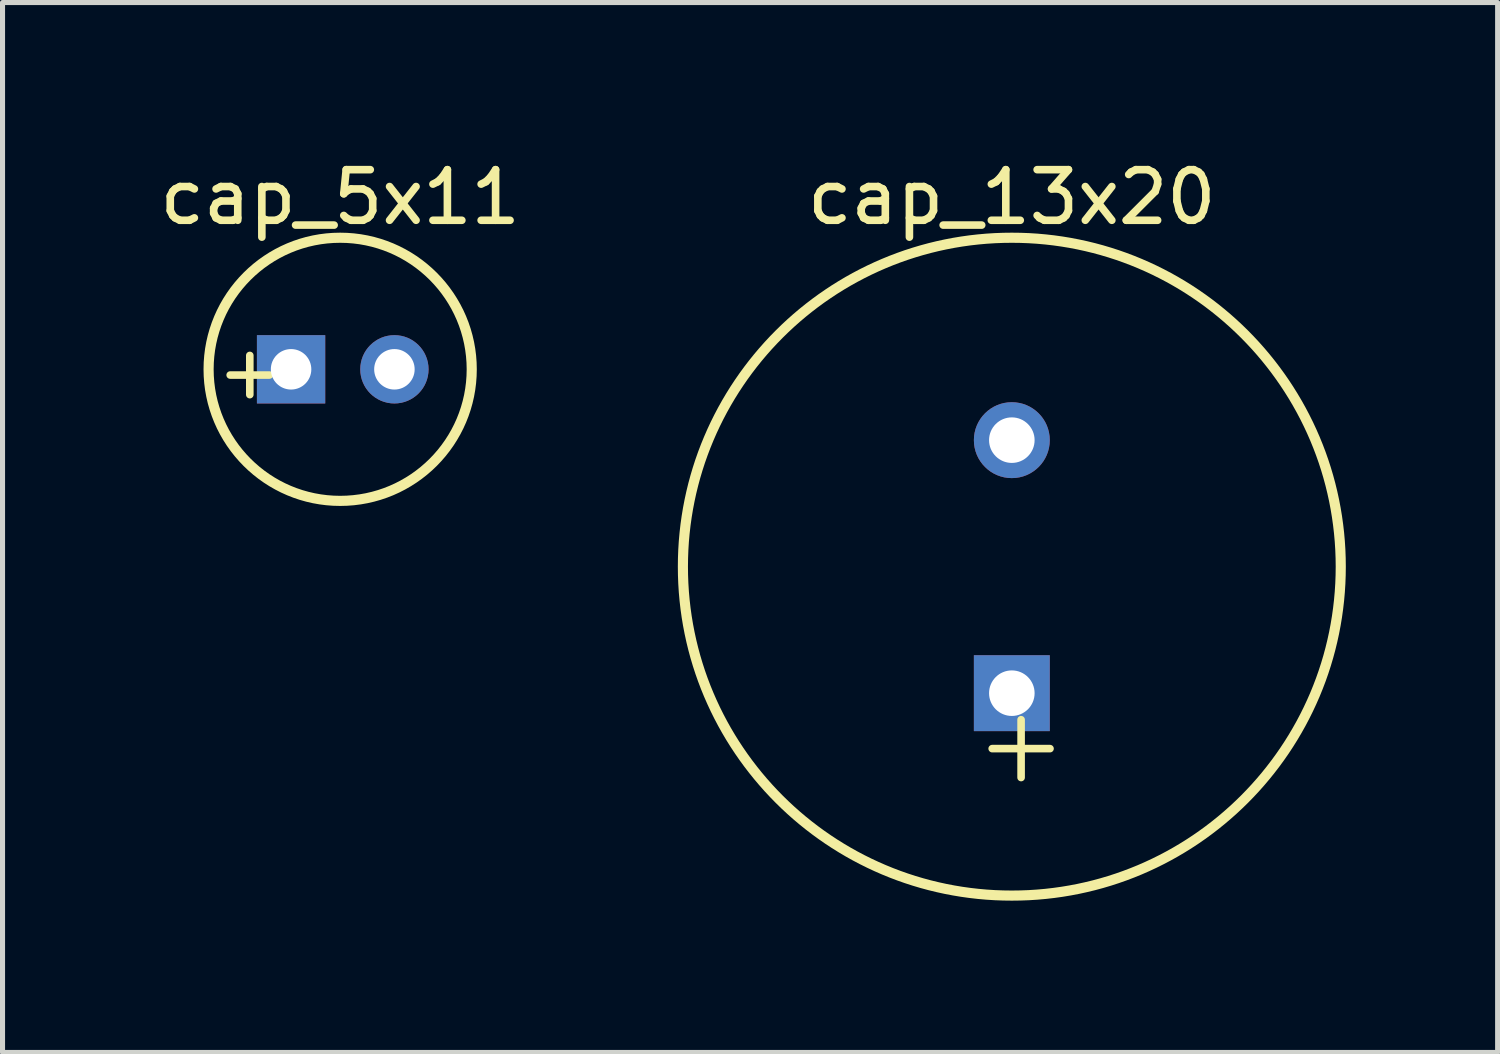
<source format=kicad_pcb>
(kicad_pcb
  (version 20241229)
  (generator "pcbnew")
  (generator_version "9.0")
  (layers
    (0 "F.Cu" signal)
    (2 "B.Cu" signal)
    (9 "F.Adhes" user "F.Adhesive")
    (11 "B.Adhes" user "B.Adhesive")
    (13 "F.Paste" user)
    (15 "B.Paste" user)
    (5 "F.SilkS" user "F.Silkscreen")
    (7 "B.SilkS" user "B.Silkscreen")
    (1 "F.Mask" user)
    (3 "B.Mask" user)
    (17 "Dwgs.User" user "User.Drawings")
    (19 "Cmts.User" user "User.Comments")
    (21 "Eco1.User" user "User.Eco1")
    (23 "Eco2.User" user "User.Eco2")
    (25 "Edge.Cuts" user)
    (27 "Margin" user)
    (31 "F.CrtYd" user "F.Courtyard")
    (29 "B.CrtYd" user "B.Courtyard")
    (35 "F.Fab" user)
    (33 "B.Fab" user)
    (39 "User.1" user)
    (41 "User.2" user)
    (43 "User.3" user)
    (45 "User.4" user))
  (footprint "cap_13x20"
    (layer "F.Cu")
    (at 16.945 8.199)
    (property "Reference" "cap_13x20" (at 0 -7.351 0) (layer "F.SilkS") (effects (font (size 1 1) (thickness 0.15))))
    (fp_circle (center 0 -0.051) (end 0 -6.551) (stroke (width 0.2) (type solid)) (fill no) (layer "F.SilkS"))
    (fp_text user "+" (at 0.946 4.572 90) (unlocked yes) (layer "F.SilkS") (effects (font (size 1.5 1.5) (thickness 0.15)) (justify left bottom)))
    (pad "N" thru_hole circle (at 0 -2.551 90) (size 1.5 1.5) (drill 0.9) (layers "*.Cu" "*.Mask"))
    (pad "P" thru_hole rect (at 0 2.449 90) (size 1.5 1.5) (drill 0.9) (layers "*.Cu" "*.Mask")))
  (footprint "cap_5x11"
    (layer "F.Cu")
    (at 3.723 4.248)
    (property "Reference" "cap_5x11" (at -0.051 -3.4 0) (layer "F.SilkS") (effects (font (size 1 1) (thickness 0.15))))
    (fp_circle (center -0.051 0) (end -0.051 -2.6) (stroke (width 0.2) (type solid)) (fill no) (layer "F.SilkS"))
    (fp_text user "+" (at -2.565 0.633 0) (unlocked yes) (layer "F.SilkS") (effects (font (size 1.017 1.017) (thickness 0.15)) (justify left bottom)))
    (pad "N" thru_hole circle (at 1.021 0) (size 1.35 1.35) (drill 0.8) (layers "*.Cu" "*.Mask"))
    (pad "P" thru_hole rect (at -1.021 0) (size 1.35 1.35) (drill 0.8) (layers "*.Cu" "*.Mask")))
  (gr_rect
    (start -3 -3)
    (end 26.545 17.748)
    (stroke (width 0.1) (type default))
    (fill no)
    (layer "Edge.Cuts")))
</source>
